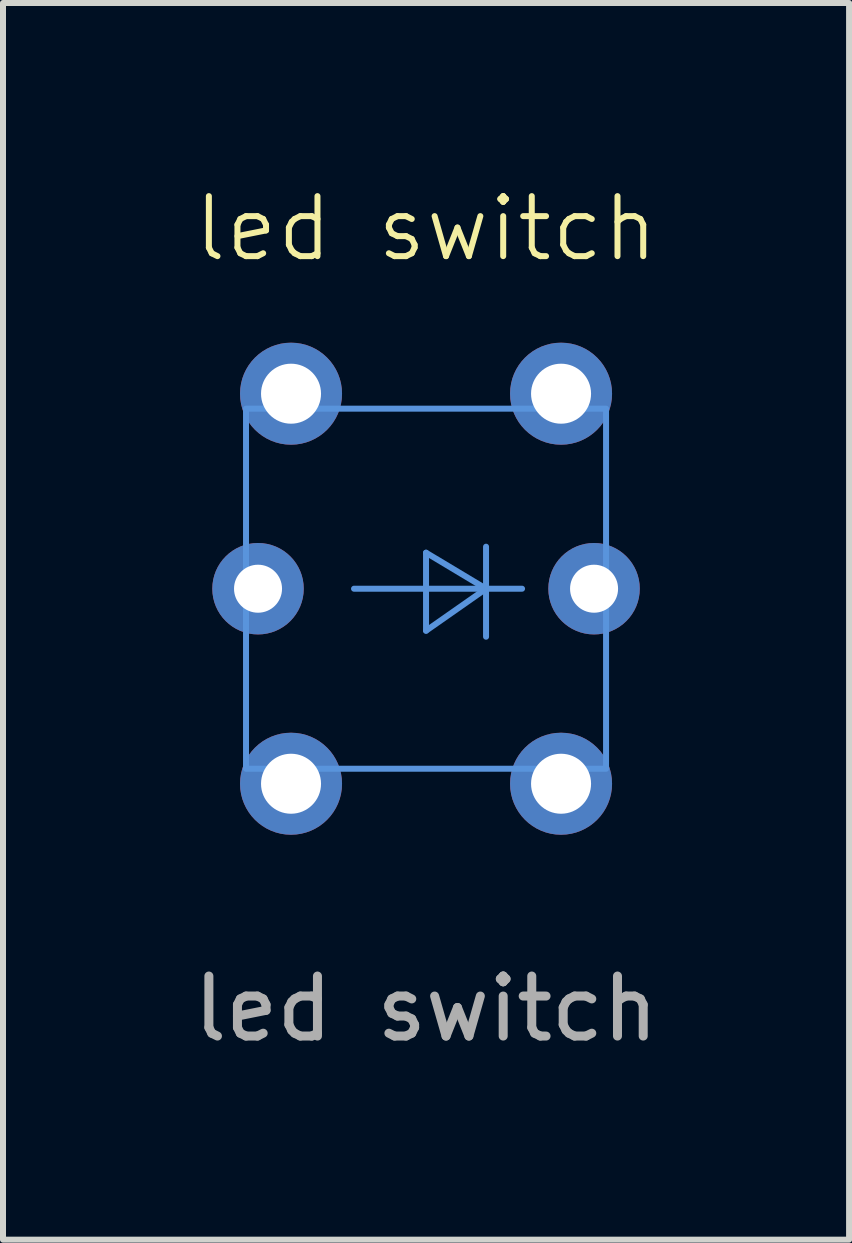
<source format=kicad_pcb>
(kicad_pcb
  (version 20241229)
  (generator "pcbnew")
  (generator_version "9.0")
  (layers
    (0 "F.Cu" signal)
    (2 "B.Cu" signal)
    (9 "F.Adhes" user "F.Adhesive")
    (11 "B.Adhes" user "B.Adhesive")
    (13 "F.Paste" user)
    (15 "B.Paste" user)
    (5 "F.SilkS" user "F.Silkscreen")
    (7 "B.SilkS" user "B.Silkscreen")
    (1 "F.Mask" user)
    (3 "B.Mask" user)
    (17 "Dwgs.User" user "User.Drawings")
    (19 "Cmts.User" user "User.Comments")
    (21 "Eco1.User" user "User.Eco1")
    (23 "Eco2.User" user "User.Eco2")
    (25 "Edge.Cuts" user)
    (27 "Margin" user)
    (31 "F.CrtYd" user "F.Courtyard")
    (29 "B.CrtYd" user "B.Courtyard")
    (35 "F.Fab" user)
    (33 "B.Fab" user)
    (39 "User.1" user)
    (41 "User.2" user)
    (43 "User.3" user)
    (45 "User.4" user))
  (footprint "led switch"
    (layer "F.Cu")
    (at 4.05 6.761)
    (property "Reference" "led switch" (at 0 -6 0) (unlocked yes) (layer "F.SilkS") (effects (font (size 1 1) (thickness 0.1))))
    (attr through_hole)
    (fp_line (start -1.2 0) (end 1.6 0) (stroke (width 0.1) (type default)) (layer "Cmts.User"))
    (fp_line (start 0 -0.6) (end 0 0.7) (stroke (width 0.1) (type default)) (layer "Cmts.User"))
    (fp_line (start 0 0.7) (end 1 0) (stroke (width 0.1) (type default)) (layer "Cmts.User"))
    (fp_line (start 1 -0.7) (end 1 0.8) (stroke (width 0.1) (type default)) (layer "Cmts.User"))
    (fp_line (start 1 0) (end 0 -0.6) (stroke (width 0.1) (type default)) (layer "Cmts.User"))
    (fp_rect (start -3 -3) (end 3 3) (stroke (width 0.1) (type default)) (fill no) (layer "Cmts.User"))
    (fp_line (start -4 -4.5) (end -3.5 -4.5) (stroke (width 0.1) (type default)) (layer "Margin"))
    (fp_line (start -4 4.5) (end -4 -4.5) (stroke (width 0.1) (type default)) (layer "Margin"))
    (fp_line (start -3.5 -4.5) (end 3.5 -4.5) (stroke (width 0.1) (type default)) (layer "Margin"))
    (fp_line (start 3.5 -4.5) (end 4 -4.5) (stroke (width 0.1) (type default)) (layer "Margin"))
    (fp_line (start 4 -4.5) (end 4 4.5) (stroke (width 0.1) (type default)) (layer "Margin"))
    (fp_line (start 4 4.5) (end -4 4.5) (stroke (width 0.1) (type default)) (layer "Margin"))
    (fp_text user "${REFERENCE}" (at 0 7 0) (unlocked yes) (layer "F.Fab") (effects (font (size 1 1) (thickness 0.15))))
    (pad "1" thru_hole circle (at -2.25 -3.25) (size 1.7 1.7) (drill 1) (layers "*.Cu" "*.Mask"))
    (pad "1" thru_hole circle (at -2.25 3.25) (size 1.7 1.7) (drill 1) (layers "*.Cu" "*.Mask"))
    (pad "2" thru_hole circle (at 2.25 -3.25) (size 1.7 1.7) (drill 1) (layers "*.Cu" "*.Mask"))
    (pad "2" thru_hole circle (at 2.25 3.25) (size 1.7 1.7) (drill 1) (layers "*.Cu" "*.Mask"))
    (pad "3" thru_hole circle (at 2.8 0) (size 1.524 1.524) (drill 0.8) (layers "*.Cu" "*.Mask"))
    (pad "4" thru_hole circle (at -2.8 0) (size 1.524 1.524) (drill 0.8) (layers "*.Cu" "*.Mask")))
  (gr_rect
    (start -3 -3)
    (end 11.1 17.609)
    (stroke (width 0.1) (type default))
    (fill no)
    (layer "Edge.Cuts")))
</source>
